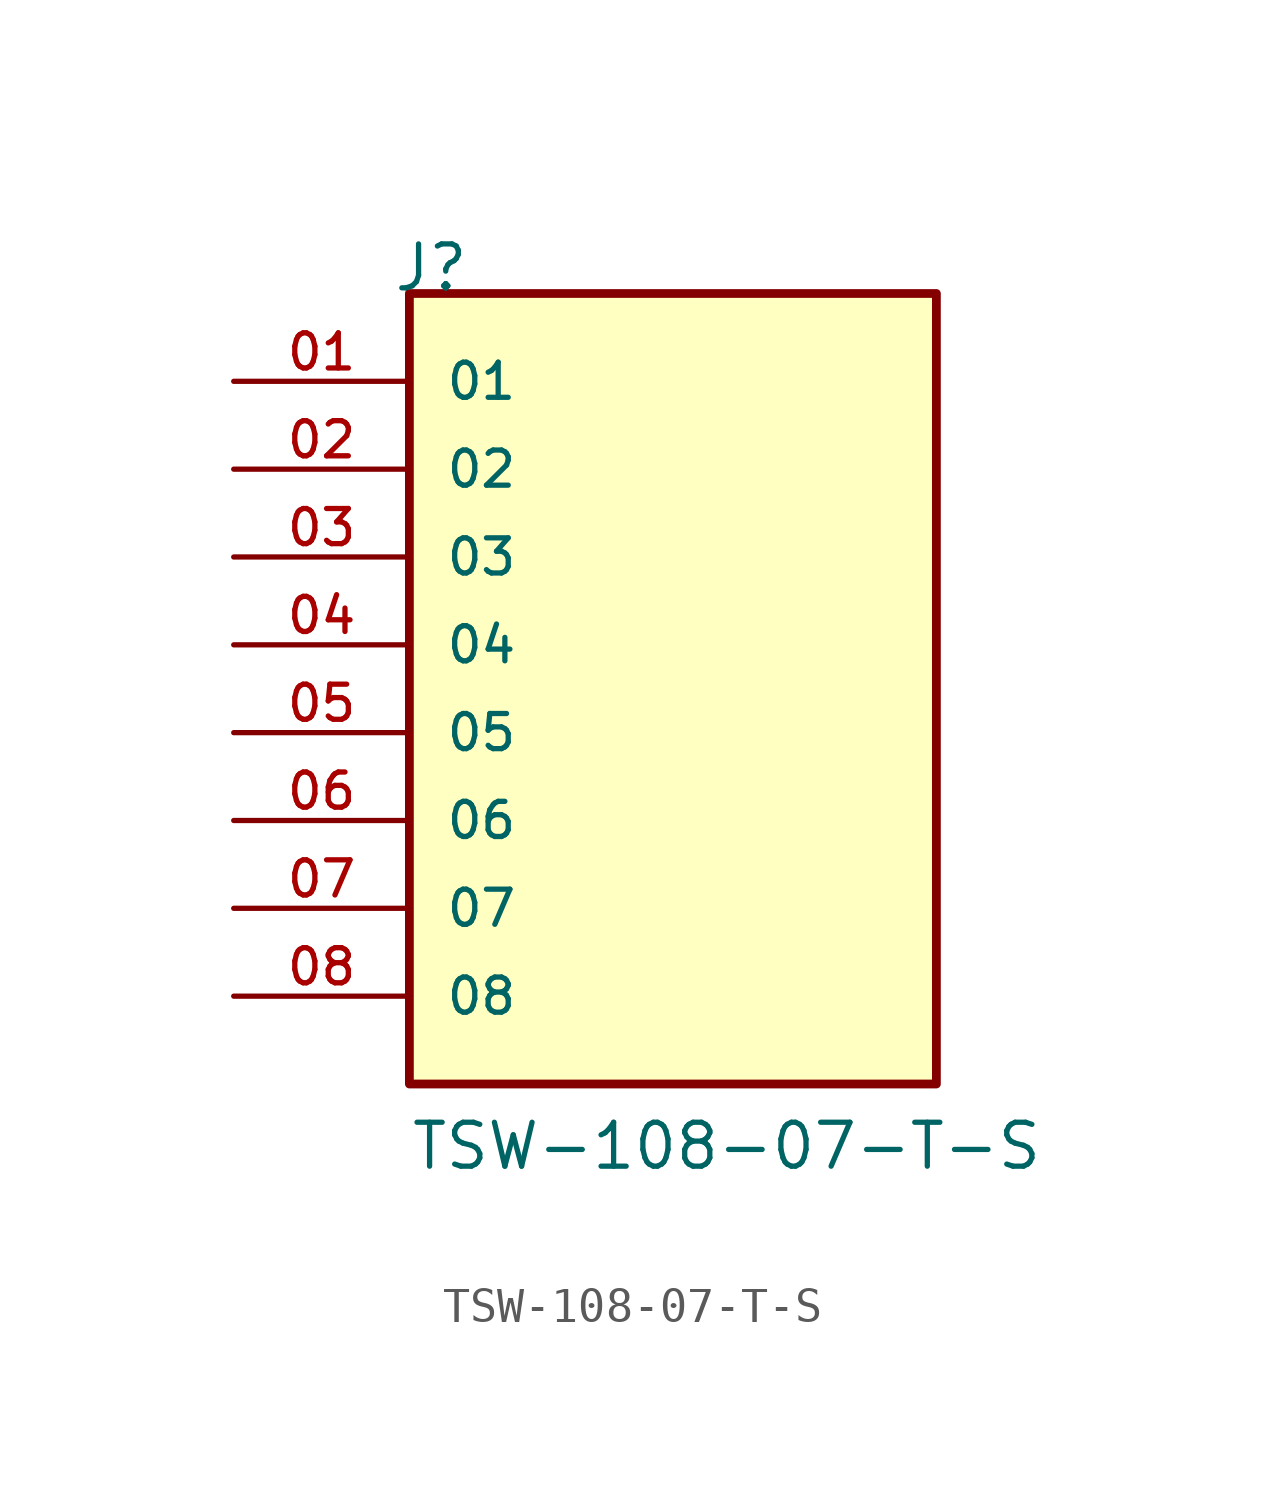
<source format=kicad_sym>
(kicad_symbol_lib
  (version 20220914)
  (generator kicad_symbol_editor)
  (symbol "TSW-108-07-T-S"
    (pin_names
      (offset 1.016))
    (property "Reference" "J"
      (at -8.12 12.7 0)
      (effects (font (size 1.27 1.27)) (justify left bottom)))
    (property "Value" "TSW-108-07-T-S"
      (at -7.62 -12.7 0)
      (effects (font (size 1.27 1.27)) (justify left bottom)))
    (symbol "TSW-108-07-T-S_0_0"
      (rectangle (start -7.62 -10.16) (end 7.62 12.7) (stroke (width 0.254) (type default)) (fill (type background)))
      (pin passive line (at -12.7 10.16 0) (length 5.08) (name "01" (effects (font (size 1.016 1.016)))) (number "01" (effects (font (size 1.016 1.016)))))
      (pin passive line (at -12.7 7.62 0) (length 5.08) (name "02" (effects (font (size 1.016 1.016)))) (number "02" (effects (font (size 1.016 1.016)))))
      (pin passive line (at -12.7 5.08 0) (length 5.08) (name "03" (effects (font (size 1.016 1.016)))) (number "03" (effects (font (size 1.016 1.016)))))
      (pin passive line (at -12.7 2.54 0) (length 5.08) (name "04" (effects (font (size 1.016 1.016)))) (number "04" (effects (font (size 1.016 1.016)))))
      (pin passive line (at -12.7 0 0) (length 5.08) (name "05" (effects (font (size 1.016 1.016)))) (number "05" (effects (font (size 1.016 1.016)))))
      (pin passive line (at -12.7 -2.54 0) (length 5.08) (name "06" (effects (font (size 1.016 1.016)))) (number "06" (effects (font (size 1.016 1.016)))))
      (pin passive line (at -12.7 -5.08 0) (length 5.08) (name "07" (effects (font (size 1.016 1.016)))) (number "07" (effects (font (size 1.016 1.016)))))
      (pin passive line (at -12.7 -7.62 0) (length 5.08) (name "08" (effects (font (size 1.016 1.016)))) (number "08" (effects (font (size 1.016 1.016))))))))
</source>
